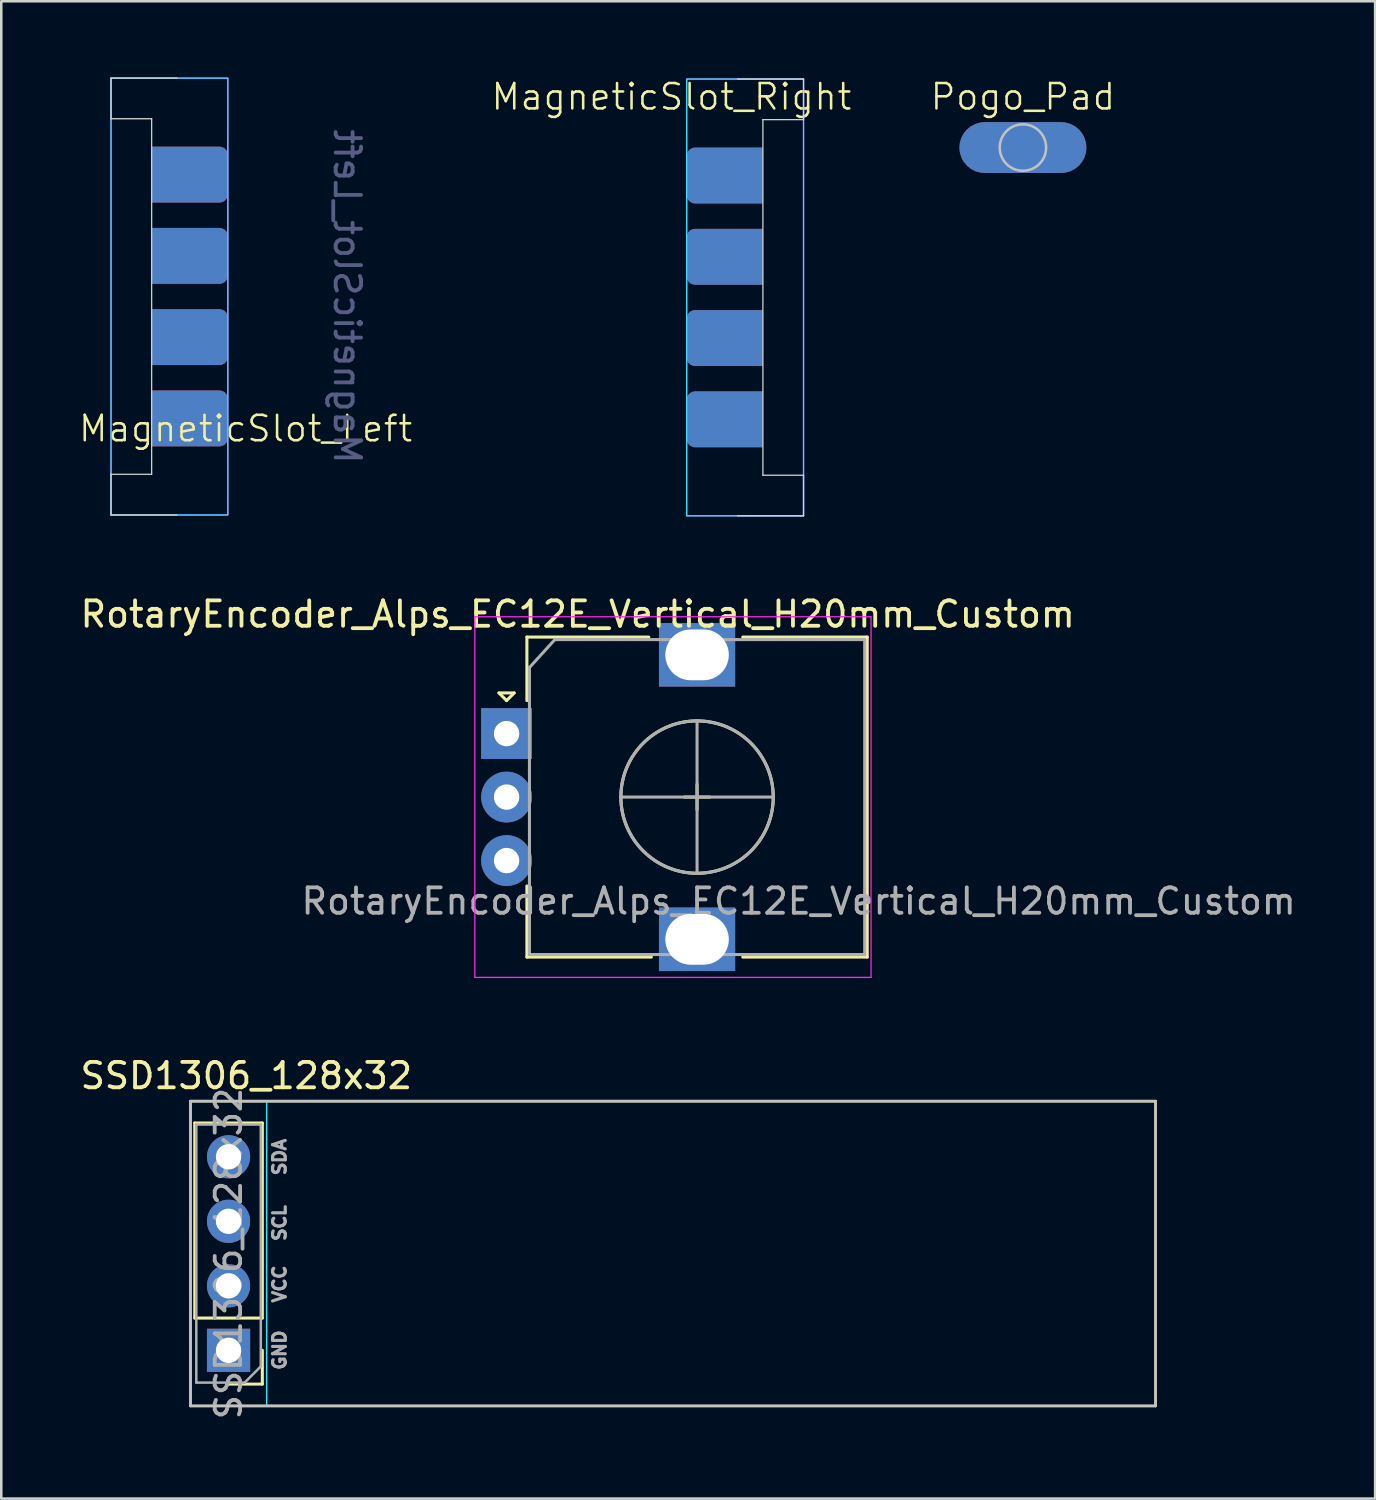
<source format=kicad_pcb>
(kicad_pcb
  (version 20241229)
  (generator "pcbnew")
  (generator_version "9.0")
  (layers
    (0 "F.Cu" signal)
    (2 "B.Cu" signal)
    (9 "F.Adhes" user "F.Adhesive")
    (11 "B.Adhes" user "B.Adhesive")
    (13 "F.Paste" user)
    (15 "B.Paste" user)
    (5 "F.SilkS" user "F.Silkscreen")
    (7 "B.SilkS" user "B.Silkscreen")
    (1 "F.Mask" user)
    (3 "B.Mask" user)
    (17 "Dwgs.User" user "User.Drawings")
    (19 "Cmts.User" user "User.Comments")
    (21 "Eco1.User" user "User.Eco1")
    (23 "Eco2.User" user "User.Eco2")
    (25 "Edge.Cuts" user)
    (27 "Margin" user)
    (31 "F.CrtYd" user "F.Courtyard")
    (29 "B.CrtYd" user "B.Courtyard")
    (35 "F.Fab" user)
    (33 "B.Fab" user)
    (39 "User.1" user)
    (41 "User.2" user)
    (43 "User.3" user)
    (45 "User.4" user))
  (footprint "Pogo_Pad"
    (layer "F.Cu")
    (at 37.226 2.76)
    (property "Reference" "Pogo_Pad" (at 0 -2 0) (unlocked yes) (layer "F.SilkS") (effects (font (size 1 1) (thickness 0.1))))
    (attr through_hole)
    (fp_circle (center 0 0) (end 0.914 0) (stroke (width 0.1) (type solid)) (fill no) (layer "Dwgs.User"))
    (pad "1" smd roundrect (at 0 0) (size 5 2) (layers "F.Cu" "F.Mask") (roundrect_rratio 0.5))
    (pad "1" smd roundrect (at 0 0) (size 5 2) (layers "B.Cu" "B.Mask") (roundrect_rratio 0.5)))
  (footprint "MagneticSlot_Right"
    (layer "F.Cu")
    (at 25.988 8.661)
    (property "Reference" "MagneticSlot_Right" (at -2.6 -7.9 0) (unlocked yes) (layer "F.SilkS") (effects (font (size 1 1) (thickness 0.1))))
    (attr smd)
    (fp_line (start 0 -8.6) (end 2.6 -8.6) (stroke (width 0.05) (type default)) (layer "Edge.Cuts"))
    (fp_line (start 0 8.6) (end 2.6 8.6) (stroke (width 0.05) (type default)) (layer "Edge.Cuts"))
    (fp_line (start 1 -7) (end 1 7) (stroke (width 0.05) (type default)) (layer "Edge.Cuts"))
    (fp_line (start 2.6 -7) (end 1 -7) (stroke (width 0.05) (type default)) (layer "Edge.Cuts"))
    (fp_line (start 2.6 -7) (end 2.6 -8.6) (stroke (width 0.05) (type default)) (layer "Edge.Cuts"))
    (fp_line (start 2.6 7) (end 1 7) (stroke (width 0.05) (type default)) (layer "Edge.Cuts"))
    (fp_line (start 2.6 7) (end 2.6 8.6) (stroke (width 0.05) (type default)) (layer "Edge.Cuts"))
    (fp_rect (start -2 -8.6) (end 2.6 8.6) (stroke (width 0.05) (type default)) (fill no) (layer "B.CrtYd"))
    (fp_rect (start -2 -8.6) (end 2.6 8.6) (stroke (width 0.05) (type default)) (fill no) (layer "F.CrtYd"))
    (pad "1" smd roundrect (at -0.5 -4.8) (size 3 2.2) (layers "F.Cu" "F.Mask" "F.Paste") (roundrect_rratio 0.15) (chamfer_ratio 0) (chamfer top_right bottom_right))
    (pad "1" smd roundrect (at -0.5 -4.8) (size 3 2.2) (layers "B.Cu" "B.Mask" "B.Paste") (roundrect_rratio 0.15) (chamfer_ratio 0) (chamfer top_right bottom_right))
    (pad "2" smd roundrect (at -0.5 -1.6) (size 3 2.2) (layers "F.Cu" "F.Mask" "F.Paste") (roundrect_rratio 0.15) (chamfer_ratio 0) (chamfer top_right bottom_right))
    (pad "2" smd roundrect (at -0.5 -1.6) (size 3 2.2) (layers "B.Cu" "B.Mask" "B.Paste") (roundrect_rratio 0.15) (chamfer_ratio 0) (chamfer top_right bottom_right))
    (pad "3" smd roundrect (at -0.5 1.6) (size 3 2.2) (layers "F.Cu" "F.Mask" "F.Paste") (roundrect_rratio 0.15) (chamfer_ratio 0) (chamfer top_right bottom_right))
    (pad "3" smd roundrect (at -0.5 1.6) (size 3 2.2) (layers "B.Cu" "B.Mask" "B.Paste") (roundrect_rratio 0.15) (chamfer_ratio 0) (chamfer top_right bottom_right))
    (pad "4" smd roundrect (at -0.5 4.8) (size 3 2.2) (layers "F.Cu" "F.Mask" "F.Paste") (roundrect_rratio 0.15) (chamfer_ratio 0) (chamfer top_right bottom_right))
    (pad "4" smd roundrect (at -0.5 4.8) (size 3 2.2) (layers "B.Cu" "B.Mask" "B.Paste") (roundrect_rratio 0.15) (chamfer_ratio 0) (chamfer top_right bottom_right)))
  (footprint "MagneticSlot_Left"
    (layer "F.Cu")
    (at 3.921 8.625)
    (property "Reference" "MagneticSlot_Left" (at 2.7 5.2 0) (unlocked yes) (layer "F.SilkS") (effects (font (size 1 1) (thickness 0.1))))
    (attr smd)
    (fp_line (start -2.6 -7) (end -2.6 -8.6) (stroke (width 0.05) (type default)) (layer "Edge.Cuts"))
    (fp_line (start -2.6 -7) (end -1 -7) (stroke (width 0.05) (type default)) (layer "Edge.Cuts"))
    (fp_line (start -2.6 7) (end -2.6 8.6) (stroke (width 0.05) (type default)) (layer "Edge.Cuts"))
    (fp_line (start -2.6 7) (end -1 7) (stroke (width 0.05) (type default)) (layer "Edge.Cuts"))
    (fp_line (start -1 -7) (end -1 7) (stroke (width 0.05) (type default)) (layer "Edge.Cuts"))
    (fp_line (start 0 -8.6) (end -2.6 -8.6) (stroke (width 0.05) (type default)) (layer "Edge.Cuts"))
    (fp_line (start 0 8.6) (end -2.6 8.6) (stroke (width 0.05) (type default)) (layer "Edge.Cuts"))
    (fp_rect (start -2.6 -8.6) (end 2 8.6) (stroke (width 0.05) (type default)) (fill no) (layer "B.CrtYd"))
    (fp_rect (start -2.6 -8.6) (end 2 8.6) (stroke (width 0.05) (type default)) (fill no) (layer "F.CrtYd"))
    (fp_text user "${REFERENCE}" (at 6.7 0 270) (unlocked yes) (layer "B.Fab") (effects (font (size 1 1) (thickness 0.15)) (justify mirror)))
    (pad "1" smd roundrect (at 0.5 -4.8) (size 3 2.2) (layers "F.Cu" "F.Mask" "F.Paste") (roundrect_rratio 0.15) (chamfer_ratio 0) (chamfer top_left bottom_left))
    (pad "1" smd roundrect (at 0.5 -4.8) (size 3 2.2) (layers "B.Cu" "B.Mask" "B.Paste") (roundrect_rratio 0.15) (chamfer_ratio 0) (chamfer top_left bottom_left))
    (pad "2" smd roundrect (at 0.5 -1.6) (size 3 2.2) (layers "F.Cu" "F.Mask" "F.Paste") (roundrect_rratio 0.15) (chamfer_ratio 0) (chamfer top_left bottom_left))
    (pad "2" smd roundrect (at 0.5 -1.6) (size 3 2.2) (layers "B.Cu" "B.Mask" "B.Paste") (roundrect_rratio 0.15) (chamfer_ratio 0) (chamfer top_left bottom_left))
    (pad "3" smd roundrect (at 0.5 1.6) (size 3 2.2) (layers "F.Cu" "F.Mask" "F.Paste") (roundrect_rratio 0.15) (chamfer_ratio 0) (chamfer top_left bottom_left))
    (pad "3" smd roundrect (at 0.5 1.6) (size 3 2.2) (layers "B.Cu" "B.Mask" "B.Paste") (roundrect_rratio 0.15) (chamfer_ratio 0) (chamfer top_left bottom_left))
    (pad "4" smd roundrect (at 0.5 4.8) (size 3 2.2) (layers "F.Cu" "F.Mask" "F.Paste") (roundrect_rratio 0.15) (chamfer_ratio 0) (chamfer top_left bottom_left))
    (pad "4" smd roundrect (at 0.5 4.8) (size 3 2.2) (layers "B.Cu" "B.Mask" "B.Paste") (roundrect_rratio 0.15) (chamfer_ratio 0) (chamfer top_left bottom_left)))
  (footprint "SSD1306_128x32"
    (layer "F.Cu")
    (at 5.949 46.407)
    (property "Reference" "SSD1306_128x32" (at 0.7 -7.1 180) (layer "F.SilkS") (effects (font (size 1 1) (thickness 0.15))))
    (attr through_hole)
    (fp_line (start -1.5 -6.1) (end -1.5 5.9) (stroke (width 0.1) (type default)) (layer "F.SilkS"))
    (fp_line (start -1.5 -6.1) (end 36.5 -6.1) (stroke (width 0.1) (type default)) (layer "F.SilkS"))
    (fp_line (start -1.33 2.44) (end -1.33 -5.24) (stroke (width 0.12) (type solid)) (layer "F.SilkS"))
    (fp_line (start 0 5.9) (end -1.5 5.9) (stroke (width 0.1) (type default)) (layer "F.SilkS"))
    (fp_line (start 0 5.9) (end 36.5 5.9) (stroke (width 0.1) (type default)) (layer "F.SilkS"))
    (fp_line (start 1.33 -5.24) (end -1.33 -5.24) (stroke (width 0.12) (type solid)) (layer "F.SilkS"))
    (fp_line (start 1.33 2.44) (end -1.33 2.44) (stroke (width 0.12) (type solid)) (layer "F.SilkS"))
    (fp_line (start 1.33 2.44) (end 1.33 -5.24) (stroke (width 0.12) (type solid)) (layer "F.SilkS"))
    (fp_line (start 1.33 3.71) (end 1.33 5.04) (stroke (width 0.12) (type solid)) (layer "F.SilkS"))
    (fp_line (start 1.33 5.04) (end 0 5.04) (stroke (width 0.12) (type solid)) (layer "F.SilkS"))
    (fp_line (start 36.5 -6.1) (end 36.5 5.9) (stroke (width 0.1) (type default)) (layer "F.SilkS"))
    (fp_line (start -1.5 -6.1) (end -1.5 5.9) (stroke (width 0.1) (type default)) (layer "Dwgs.User"))
    (fp_line (start -1.5 -6.1) (end 36.5 -6.1) (stroke (width 0.1) (type default)) (layer "Dwgs.User"))
    (fp_line (start 0 5.9) (end -1.5 5.9) (stroke (width 0.1) (type default)) (layer "Dwgs.User"))
    (fp_line (start 0 5.9) (end 36.5 5.9) (stroke (width 0.1) (type default)) (layer "Dwgs.User"))
    (fp_line (start 36.5 -6.1) (end 36.5 5.9) (stroke (width 0.1) (type default)) (layer "Dwgs.User"))
    (fp_rect (start -1.5 -6.1) (end 1.5 5.9) (stroke (width 0.05) (type default)) (fill no) (layer "B.CrtYd"))
    (fp_line (start -1.5 -6.1) (end 1.5 -6.1) (stroke (width 0.05) (type default)) (layer "F.CrtYd"))
    (fp_line (start -1.5 5.9) (end -1.5 -6.1) (stroke (width 0.05) (type default)) (layer "F.CrtYd"))
    (fp_line (start 1.5 -6.1) (end 1.5 5.9) (stroke (width 0.05) (type default)) (layer "F.CrtYd"))
    (fp_line (start 1.5 5.9) (end -1.5 5.9) (stroke (width 0.05) (type default)) (layer "F.CrtYd"))
    (fp_line (start -1.27 -5.18) (end 1.27 -5.18) (stroke (width 0.1) (type solid)) (layer "F.Fab"))
    (fp_line (start -1.27 4.98) (end -1.27 -5.18) (stroke (width 0.1) (type solid)) (layer "F.Fab"))
    (fp_line (start 0.635 4.98) (end -1.27 4.98) (stroke (width 0.1) (type solid)) (layer "F.Fab"))
    (fp_line (start 1.27 -5.18) (end 1.27 4.345) (stroke (width 0.1) (type solid)) (layer "F.Fab"))
    (fp_line (start 1.27 4.345) (end 0.635 4.98) (stroke (width 0.1) (type solid)) (layer "F.Fab"))
    (fp_rect (start 4 -6.1) (end 34 5.9) (stroke (width 0.1) (type solid)) (fill no) (layer "User.2"))
    (fp_rect (start 5.1 -5.09) (end 29.48 2.9) (stroke (width 0.1) (type solid)) (fill no) (layer "User.2"))
    (fp_rect (start 6.1 -3.8) (end 28.48 1.78) (stroke (width 0.1) (type solid)) (fill no) (layer "User.2"))
    (fp_text user "GND" (at 2.3 3.7 90) (unlocked yes) (layer "F.Fab") (effects (font (size 0.5 0.5) (thickness 0.125)) (justify bottom)))
    (fp_text user "${REFERENCE}" (at 0 -0.1 270) (layer "F.Fab") (effects (font (size 1 1) (thickness 0.15))))
    (fp_text user "SCL" (at 2.3 -1.3 90) (unlocked yes) (layer "F.Fab") (effects (font (size 0.5 0.5) (thickness 0.125)) (justify bottom)))
    (fp_text user "VCC" (at 2.3 1.1 90) (unlocked yes) (layer "F.Fab") (effects (font (size 0.5 0.5) (thickness 0.125)) (justify bottom)))
    (fp_text user "SDA" (at 2.3 -3.9 90) (unlocked yes) (layer "F.Fab") (effects (font (size 0.5 0.5) (thickness 0.125)) (justify bottom)))
    (pad "1" thru_hole rect (at 0 3.71 180) (size 1.7 1.7) (drill 1) (layers "*.Cu" "*.Mask"))
    (pad "2" thru_hole oval (at 0 1.17 180) (size 1.7 1.7) (drill 1) (layers "*.Cu" "*.Mask"))
    (pad "3" thru_hole oval (at 0 -1.37 180) (size 1.7 1.7) (drill 1) (layers "*.Cu" "*.Mask"))
    (pad "4" thru_hole oval (at 0 -3.91 180) (size 1.7 1.7) (drill 1) (layers "*.Cu" "*.Mask")))
  (footprint "RotaryEncoder_Alps_EC12E_Vertical_H20mm_Custom"
    (layer "F.Cu")
    (at 16.896 25.834)
    (property "Reference" "RotaryEncoder_Alps_EC12E_Vertical_H20mm_Custom" (at 2.8 -4.7 0) (layer "F.SilkS") (effects (font (size 1 1) (thickness 0.15))))
    (attr through_hole)
    (fp_line (start -0.3 -1.6) (end 0.3 -1.6) (stroke (width 0.12) (type solid)) (layer "F.SilkS"))
    (fp_line (start 0 -1.3) (end -0.3 -1.6) (stroke (width 0.12) (type solid)) (layer "F.SilkS"))
    (fp_line (start 0.3 -1.6) (end 0 -1.3) (stroke (width 0.12) (type solid)) (layer "F.SilkS"))
    (fp_line (start 0.8 -3.8) (end 0.8 -1.3) (stroke (width 0.12) (type solid)) (layer "F.SilkS"))
    (fp_line (start 0.8 8.8) (end 0.8 6) (stroke (width 0.12) (type solid)) (layer "F.SilkS"))
    (fp_line (start 5.6 -3.8) (end 0.8 -3.8) (stroke (width 0.12) (type solid)) (layer "F.SilkS"))
    (fp_line (start 5.7 8.8) (end 0.8 8.8) (stroke (width 0.12) (type solid)) (layer "F.SilkS"))
    (fp_line (start 7 2.5) (end 8 2.5) (stroke (width 0.12) (type solid)) (layer "F.SilkS"))
    (fp_line (start 7.5 2) (end 7.5 3) (stroke (width 0.12) (type solid)) (layer "F.SilkS"))
    (fp_line (start 9.3 -3.8) (end 14.2 -3.8) (stroke (width 0.12) (type solid)) (layer "F.SilkS"))
    (fp_line (start 14.2 -3.8) (end 14.2 8.8) (stroke (width 0.12) (type solid)) (layer "F.SilkS"))
    (fp_line (start 14.2 8.8) (end 9.3 8.8) (stroke (width 0.12) (type solid)) (layer "F.SilkS"))
    (fp_circle (center 7.5 2.5) (end 10.5 2.5) (stroke (width 0.12) (type solid)) (fill no) (layer "F.SilkS"))
    (fp_line (start -1.25 -4.6) (end -1.25 9.6) (stroke (width 0.05) (type solid)) (layer "F.CrtYd"))
    (fp_line (start -1.25 -4.6) (end 14.35 -4.6) (stroke (width 0.05) (type solid)) (layer "F.CrtYd"))
    (fp_line (start 14.35 9.6) (end -1.25 9.6) (stroke (width 0.05) (type solid)) (layer "F.CrtYd"))
    (fp_line (start 14.35 9.6) (end 14.35 -4.6) (stroke (width 0.05) (type solid)) (layer "F.CrtYd"))
    (fp_line (start 0.9 -2.6) (end 1.9 -3.7) (stroke (width 0.12) (type solid)) (layer "F.Fab"))
    (fp_line (start 0.9 8.7) (end 0.9 -2.6) (stroke (width 0.12) (type solid)) (layer "F.Fab"))
    (fp_line (start 1.9 -3.7) (end 14.1 -3.7) (stroke (width 0.12) (type solid)) (layer "F.Fab"))
    (fp_line (start 4.5 2.5) (end 10.5 2.5) (stroke (width 0.12) (type solid)) (layer "F.Fab"))
    (fp_line (start 7.5 -0.5) (end 7.5 5.5) (stroke (width 0.12) (type solid)) (layer "F.Fab"))
    (fp_line (start 14.1 -3.7) (end 14.1 8.7) (stroke (width 0.12) (type solid)) (layer "F.Fab"))
    (fp_line (start 14.1 8.7) (end 0.9 8.7) (stroke (width 0.12) (type solid)) (layer "F.Fab"))
    (fp_circle (center 7.5 2.5) (end 10.5 2.5) (stroke (width 0.12) (type solid)) (fill no) (layer "F.Fab"))
    (fp_text user "${REFERENCE}" (at 11.5 6.6 0) (layer "F.Fab") (effects (font (size 1 1) (thickness 0.15))))
    (pad "A" thru_hole rect (at 0 0) (size 2 2) (drill 1) (layers "*.Cu" "*.Mask"))
    (pad "B" thru_hole circle (at 0 5) (size 2 2) (drill 1) (layers "*.Cu" "*.Mask"))
    (pad "C" thru_hole circle (at 0 2.5) (size 2 2) (drill 1) (layers "*.Cu" "*.Mask"))
    (pad "C" thru_hole rect (at 7.5 -3.1) (size 3 2.5) (drill oval 2.5 2) (layers "*.Cu" "*.Mask"))
    (pad "C" thru_hole rect (at 7.5 8.1) (size 3 2.5) (drill oval 2.5 2) (layers "*.Cu" "*.Mask")))
  (gr_rect
    (start -3 -3)
    (end 51.093 55.956)
    (stroke (width 0.1) (type default))
    (fill no)
    (layer "Edge.Cuts")))
</source>
